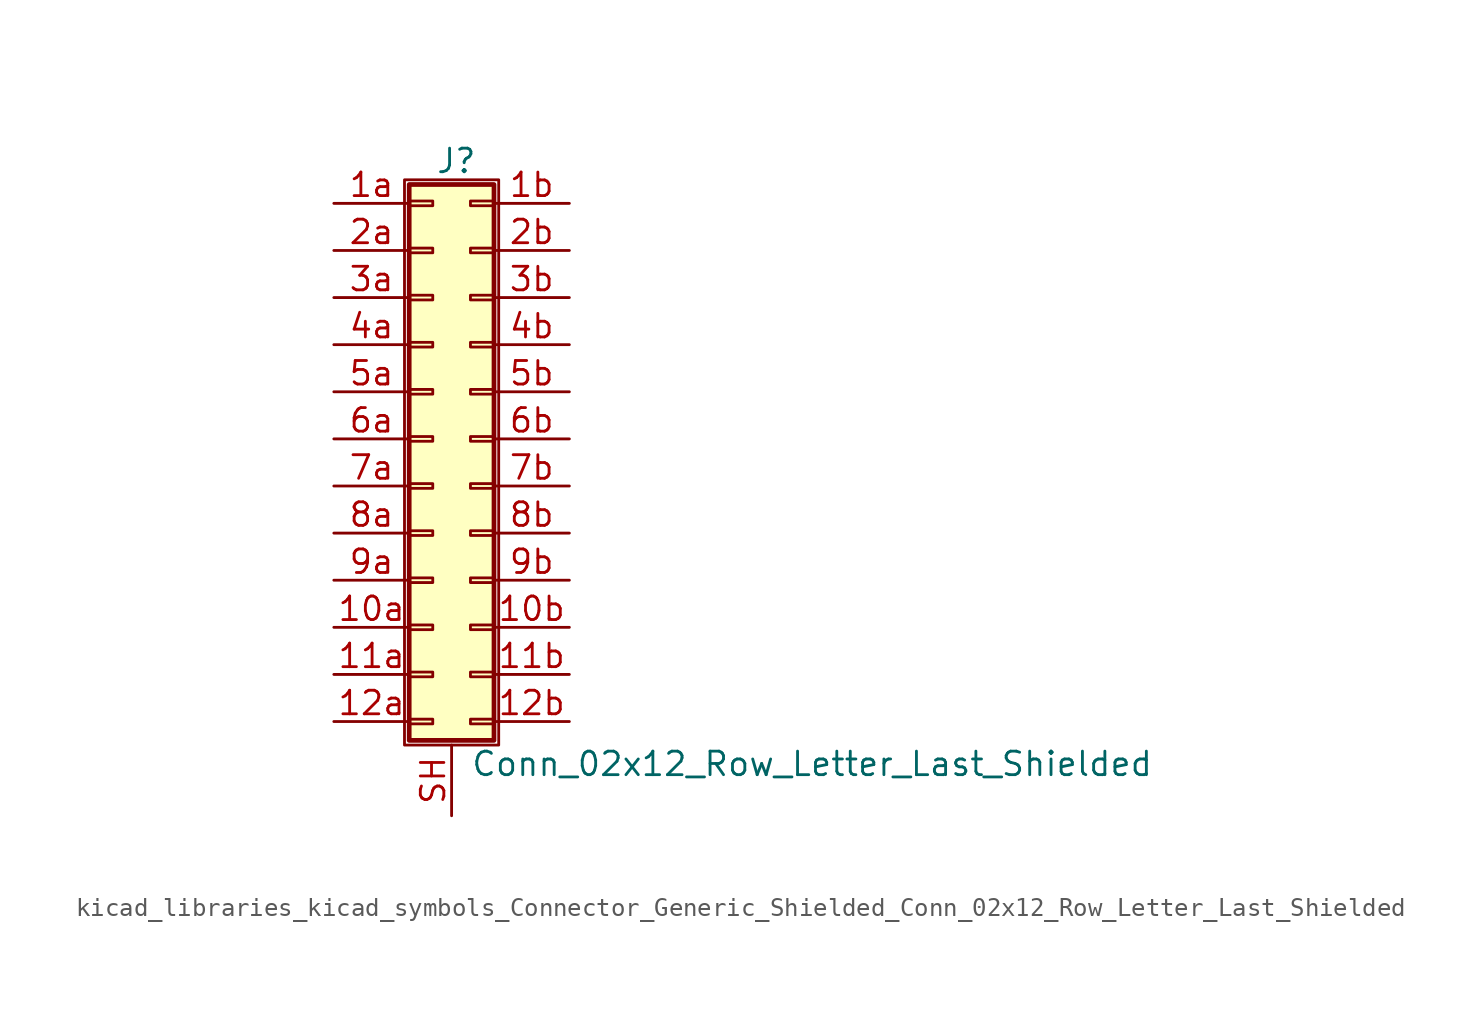
<source format=kicad_sym>
(kicad_symbol_lib
  (version 20220914)
  (generator kicad_symbol_editor)
  (symbol "kicad_libraries_kicad_symbols_Connector_Generic_Shielded_Conn_02x12_Row_Letter_Last_Shielded"
    (pin_names
      (offset 1.016) hide)
    (property "Reference" "J"
      (at 1.524 14.986 0)
      (effects (font (size 1.27 1.27))))
    (property "Value" "Conn_02x12_Row_Letter_Last_Shielded"
      (at 2.286 -17.526 0)
      (effects (font (size 1.27 1.27)) (justify left)))
    (symbol "kicad_libraries_kicad_symbols_Connector_Generic_Shielded_Conn_02x12_Row_Letter_Last_Shielded_1_1"
      (rectangle (start -1.27 13.97) (end 3.81 -16.51) (stroke (width 0.152) (type default)) (fill (type none)))
      (rectangle (start -1.016 -15.113) (end 0.254 -15.367) (stroke (width 0.152) (type default)) (fill (type none)))
      (rectangle (start -1.016 -12.573) (end 0.254 -12.827) (stroke (width 0.152) (type default)) (fill (type none)))
      (rectangle (start -1.016 -10.033) (end 0.254 -10.287) (stroke (width 0.152) (type default)) (fill (type none)))
      (rectangle (start -1.016 -7.493) (end 0.254 -7.747) (stroke (width 0.152) (type default)) (fill (type none)))
      (rectangle (start -1.016 -4.953) (end 0.254 -5.207) (stroke (width 0.152) (type default)) (fill (type none)))
      (rectangle (start -1.016 -2.413) (end 0.254 -2.667) (stroke (width 0.152) (type default)) (fill (type none)))
      (rectangle (start -1.016 0.127) (end 0.254 -0.127) (stroke (width 0.152) (type default)) (fill (type none)))
      (rectangle (start -1.016 2.667) (end 0.254 2.413) (stroke (width 0.152) (type default)) (fill (type none)))
      (rectangle (start -1.016 5.207) (end 0.254 4.953) (stroke (width 0.152) (type default)) (fill (type none)))
      (rectangle (start -1.016 7.747) (end 0.254 7.493) (stroke (width 0.152) (type default)) (fill (type none)))
      (rectangle (start -1.016 10.287) (end 0.254 10.033) (stroke (width 0.152) (type default)) (fill (type none)))
      (rectangle (start -1.016 12.827) (end 0.254 12.573) (stroke (width 0.152) (type default)) (fill (type none)))
      (rectangle (start -1.016 13.716) (end 3.556 -16.256) (stroke (width 0.254) (type default)) (fill (type background)))
      (rectangle (start 3.556 -15.113) (end 2.286 -15.367) (stroke (width 0.152) (type default)) (fill (type none)))
      (rectangle (start 3.556 -12.573) (end 2.286 -12.827) (stroke (width 0.152) (type default)) (fill (type none)))
      (rectangle (start 3.556 -10.033) (end 2.286 -10.287) (stroke (width 0.152) (type default)) (fill (type none)))
      (rectangle (start 3.556 -7.493) (end 2.286 -7.747) (stroke (width 0.152) (type default)) (fill (type none)))
      (rectangle (start 3.556 -4.953) (end 2.286 -5.207) (stroke (width 0.152) (type default)) (fill (type none)))
      (rectangle (start 3.556 -2.413) (end 2.286 -2.667) (stroke (width 0.152) (type default)) (fill (type none)))
      (rectangle (start 3.556 0.127) (end 2.286 -0.127) (stroke (width 0.152) (type default)) (fill (type none)))
      (rectangle (start 3.556 2.667) (end 2.286 2.413) (stroke (width 0.152) (type default)) (fill (type none)))
      (rectangle (start 3.556 5.207) (end 2.286 4.953) (stroke (width 0.152) (type default)) (fill (type none)))
      (rectangle (start 3.556 7.747) (end 2.286 7.493) (stroke (width 0.152) (type default)) (fill (type none)))
      (rectangle (start 3.556 10.287) (end 2.286 10.033) (stroke (width 0.152) (type default)) (fill (type none)))
      (rectangle (start 3.556 12.827) (end 2.286 12.573) (stroke (width 0.152) (type default)) (fill (type none)))
      (pin passive line (at -5.08 -10.16 0) (length 4.064) (name "Pin_10a" (effects (font (size 1.27 1.27)))) (number "10a" (effects (font (size 1.27 1.27)))))
      (pin passive line (at 7.62 -10.16 180) (length 4.064) (name "Pin_10b" (effects (font (size 1.27 1.27)))) (number "10b" (effects (font (size 1.27 1.27)))))
      (pin passive line (at -5.08 -12.7 0) (length 4.064) (name "Pin_11a" (effects (font (size 1.27 1.27)))) (number "11a" (effects (font (size 1.27 1.27)))))
      (pin passive line (at 7.62 -12.7 180) (length 4.064) (name "Pin_11b" (effects (font (size 1.27 1.27)))) (number "11b" (effects (font (size 1.27 1.27)))))
      (pin passive line (at -5.08 -15.24 0) (length 4.064) (name "Pin_12a" (effects (font (size 1.27 1.27)))) (number "12a" (effects (font (size 1.27 1.27)))))
      (pin passive line (at 7.62 -15.24 180) (length 4.064) (name "Pin_12b" (effects (font (size 1.27 1.27)))) (number "12b" (effects (font (size 1.27 1.27)))))
      (pin passive line (at -5.08 12.7 0) (length 4.064) (name "Pin_1a" (effects (font (size 1.27 1.27)))) (number "1a" (effects (font (size 1.27 1.27)))))
      (pin passive line (at 7.62 12.7 180) (length 4.064) (name "Pin_1b" (effects (font (size 1.27 1.27)))) (number "1b" (effects (font (size 1.27 1.27)))))
      (pin passive line (at -5.08 10.16 0) (length 4.064) (name "Pin_2a" (effects (font (size 1.27 1.27)))) (number "2a" (effects (font (size 1.27 1.27)))))
      (pin passive line (at 7.62 10.16 180) (length 4.064) (name "Pin_2b" (effects (font (size 1.27 1.27)))) (number "2b" (effects (font (size 1.27 1.27)))))
      (pin passive line (at -5.08 7.62 0) (length 4.064) (name "Pin_3a" (effects (font (size 1.27 1.27)))) (number "3a" (effects (font (size 1.27 1.27)))))
      (pin passive line (at 7.62 7.62 180) (length 4.064) (name "Pin_3b" (effects (font (size 1.27 1.27)))) (number "3b" (effects (font (size 1.27 1.27)))))
      (pin passive line (at -5.08 5.08 0) (length 4.064) (name "Pin_4a" (effects (font (size 1.27 1.27)))) (number "4a" (effects (font (size 1.27 1.27)))))
      (pin passive line (at 7.62 5.08 180) (length 4.064) (name "Pin_4b" (effects (font (size 1.27 1.27)))) (number "4b" (effects (font (size 1.27 1.27)))))
      (pin passive line (at -5.08 2.54 0) (length 4.064) (name "Pin_5a" (effects (font (size 1.27 1.27)))) (number "5a" (effects (font (size 1.27 1.27)))))
      (pin passive line (at 7.62 2.54 180) (length 4.064) (name "Pin_5b" (effects (font (size 1.27 1.27)))) (number "5b" (effects (font (size 1.27 1.27)))))
      (pin passive line (at -5.08 0 0) (length 4.064) (name "Pin_6a" (effects (font (size 1.27 1.27)))) (number "6a" (effects (font (size 1.27 1.27)))))
      (pin passive line (at 7.62 0 180) (length 4.064) (name "Pin_6b" (effects (font (size 1.27 1.27)))) (number "6b" (effects (font (size 1.27 1.27)))))
      (pin passive line (at -5.08 -2.54 0) (length 4.064) (name "Pin_7a" (effects (font (size 1.27 1.27)))) (number "7a" (effects (font (size 1.27 1.27)))))
      (pin passive line (at 7.62 -2.54 180) (length 4.064) (name "Pin_7b" (effects (font (size 1.27 1.27)))) (number "7b" (effects (font (size 1.27 1.27)))))
      (pin passive line (at -5.08 -5.08 0) (length 4.064) (name "Pin_8a" (effects (font (size 1.27 1.27)))) (number "8a" (effects (font (size 1.27 1.27)))))
      (pin passive line (at 7.62 -5.08 180) (length 4.064) (name "Pin_8b" (effects (font (size 1.27 1.27)))) (number "8b" (effects (font (size 1.27 1.27)))))
      (pin passive line (at -5.08 -7.62 0) (length 4.064) (name "Pin_9a" (effects (font (size 1.27 1.27)))) (number "9a" (effects (font (size 1.27 1.27)))))
      (pin passive line (at 7.62 -7.62 180) (length 4.064) (name "Pin_9b" (effects (font (size 1.27 1.27)))) (number "9b" (effects (font (size 1.27 1.27)))))
      (pin passive line (at 1.27 -20.32 90) (length 3.81) (name "Shield" (effects (font (size 1.27 1.27)))) (number "SH" (effects (font (size 1.27 1.27))))))))
</source>
